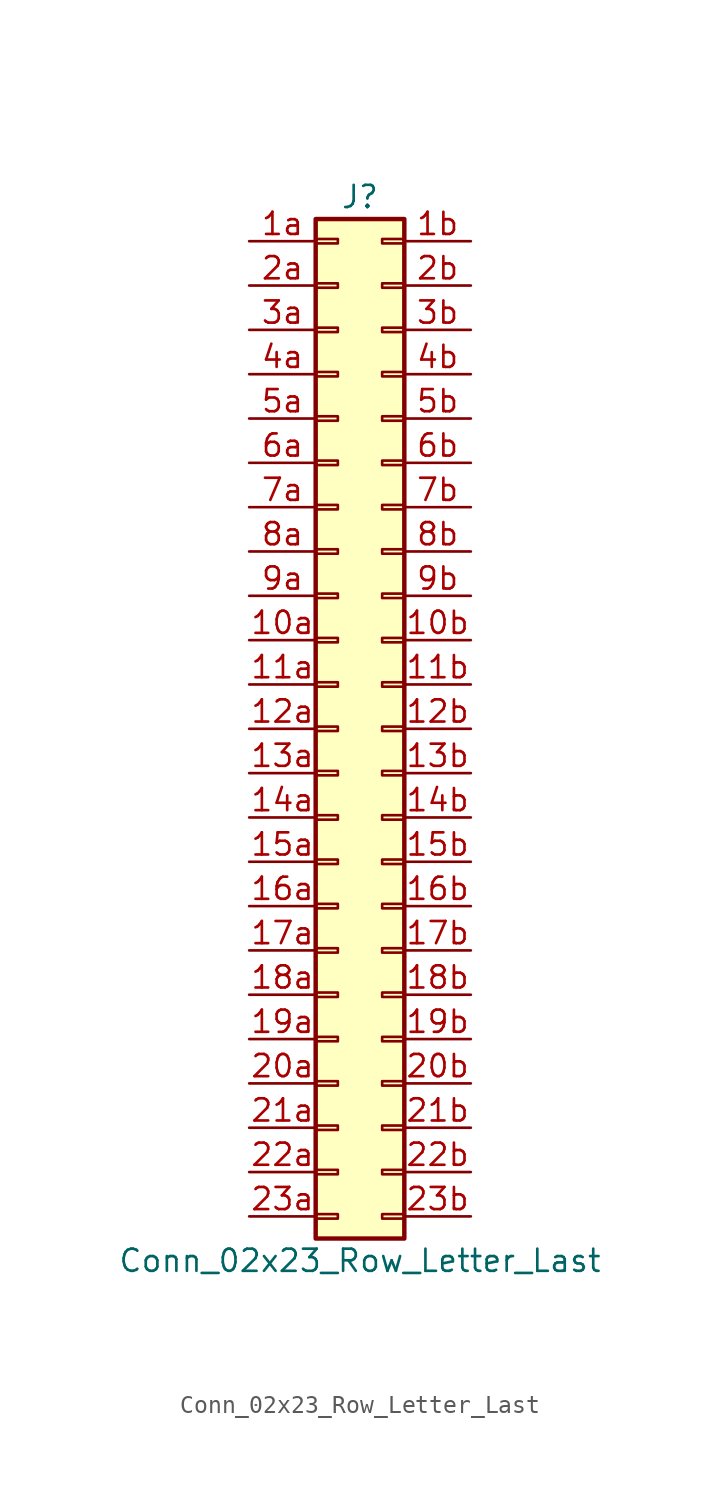
<source format=kicad_sym>
(kicad_symbol_lib
  (version 20220914)
  (generator kicad_symbol_editor)
  (symbol "Conn_02x23_Row_Letter_Last"
    (pin_names
      (offset 1.016) hide)
    (property "Reference" "J"
      (at 1.27 30.48 0)
      (effects (font (size 1.27 1.27))))
    (property "Value" "Conn_02x23_Row_Letter_Last"
      (at 1.27 -30.48 0)
      (effects (font (size 1.27 1.27))))
    (symbol "Conn_02x23_Row_Letter_Last_1_1"
      (rectangle (start -1.27 -27.813) (end 0 -28.067) (stroke (width 0.152) (type solid)) (fill (type none)))
      (rectangle (start -1.27 -25.273) (end 0 -25.527) (stroke (width 0.152) (type solid)) (fill (type none)))
      (rectangle (start -1.27 -22.733) (end 0 -22.987) (stroke (width 0.152) (type solid)) (fill (type none)))
      (rectangle (start -1.27 -20.193) (end 0 -20.447) (stroke (width 0.152) (type solid)) (fill (type none)))
      (rectangle (start -1.27 -17.653) (end 0 -17.907) (stroke (width 0.152) (type solid)) (fill (type none)))
      (rectangle (start -1.27 -15.113) (end 0 -15.367) (stroke (width 0.152) (type solid)) (fill (type none)))
      (rectangle (start -1.27 -12.573) (end 0 -12.827) (stroke (width 0.152) (type solid)) (fill (type none)))
      (rectangle (start -1.27 -10.033) (end 0 -10.287) (stroke (width 0.152) (type solid)) (fill (type none)))
      (rectangle (start -1.27 -7.493) (end 0 -7.747) (stroke (width 0.152) (type solid)) (fill (type none)))
      (rectangle (start -1.27 -4.953) (end 0 -5.207) (stroke (width 0.152) (type solid)) (fill (type none)))
      (rectangle (start -1.27 -2.413) (end 0 -2.667) (stroke (width 0.152) (type solid)) (fill (type none)))
      (rectangle (start -1.27 0.127) (end 0 -0.127) (stroke (width 0.152) (type solid)) (fill (type none)))
      (rectangle (start -1.27 2.667) (end 0 2.413) (stroke (width 0.152) (type solid)) (fill (type none)))
      (rectangle (start -1.27 5.207) (end 0 4.953) (stroke (width 0.152) (type solid)) (fill (type none)))
      (rectangle (start -1.27 7.747) (end 0 7.493) (stroke (width 0.152) (type solid)) (fill (type none)))
      (rectangle (start -1.27 10.287) (end 0 10.033) (stroke (width 0.152) (type solid)) (fill (type none)))
      (rectangle (start -1.27 12.827) (end 0 12.573) (stroke (width 0.152) (type solid)) (fill (type none)))
      (rectangle (start -1.27 15.367) (end 0 15.113) (stroke (width 0.152) (type solid)) (fill (type none)))
      (rectangle (start -1.27 17.907) (end 0 17.653) (stroke (width 0.152) (type solid)) (fill (type none)))
      (rectangle (start -1.27 20.447) (end 0 20.193) (stroke (width 0.152) (type solid)) (fill (type none)))
      (rectangle (start -1.27 22.987) (end 0 22.733) (stroke (width 0.152) (type solid)) (fill (type none)))
      (rectangle (start -1.27 25.527) (end 0 25.273) (stroke (width 0.152) (type solid)) (fill (type none)))
      (rectangle (start -1.27 28.067) (end 0 27.813) (stroke (width 0.152) (type solid)) (fill (type none)))
      (rectangle (start -1.27 29.21) (end 3.81 -29.21) (stroke (width 0.254) (type solid)) (fill (type background)))
      (rectangle (start 3.81 -27.813) (end 2.54 -28.067) (stroke (width 0.152) (type solid)) (fill (type none)))
      (rectangle (start 3.81 -25.273) (end 2.54 -25.527) (stroke (width 0.152) (type solid)) (fill (type none)))
      (rectangle (start 3.81 -22.733) (end 2.54 -22.987) (stroke (width 0.152) (type solid)) (fill (type none)))
      (rectangle (start 3.81 -20.193) (end 2.54 -20.447) (stroke (width 0.152) (type solid)) (fill (type none)))
      (rectangle (start 3.81 -17.653) (end 2.54 -17.907) (stroke (width 0.152) (type solid)) (fill (type none)))
      (rectangle (start 3.81 -15.113) (end 2.54 -15.367) (stroke (width 0.152) (type solid)) (fill (type none)))
      (rectangle (start 3.81 -12.573) (end 2.54 -12.827) (stroke (width 0.152) (type solid)) (fill (type none)))
      (rectangle (start 3.81 -10.033) (end 2.54 -10.287) (stroke (width 0.152) (type solid)) (fill (type none)))
      (rectangle (start 3.81 -7.493) (end 2.54 -7.747) (stroke (width 0.152) (type solid)) (fill (type none)))
      (rectangle (start 3.81 -4.953) (end 2.54 -5.207) (stroke (width 0.152) (type solid)) (fill (type none)))
      (rectangle (start 3.81 -2.413) (end 2.54 -2.667) (stroke (width 0.152) (type solid)) (fill (type none)))
      (rectangle (start 3.81 0.127) (end 2.54 -0.127) (stroke (width 0.152) (type solid)) (fill (type none)))
      (rectangle (start 3.81 2.667) (end 2.54 2.413) (stroke (width 0.152) (type solid)) (fill (type none)))
      (rectangle (start 3.81 5.207) (end 2.54 4.953) (stroke (width 0.152) (type solid)) (fill (type none)))
      (rectangle (start 3.81 7.747) (end 2.54 7.493) (stroke (width 0.152) (type solid)) (fill (type none)))
      (rectangle (start 3.81 10.287) (end 2.54 10.033) (stroke (width 0.152) (type solid)) (fill (type none)))
      (rectangle (start 3.81 12.827) (end 2.54 12.573) (stroke (width 0.152) (type solid)) (fill (type none)))
      (rectangle (start 3.81 15.367) (end 2.54 15.113) (stroke (width 0.152) (type solid)) (fill (type none)))
      (rectangle (start 3.81 17.907) (end 2.54 17.653) (stroke (width 0.152) (type solid)) (fill (type none)))
      (rectangle (start 3.81 20.447) (end 2.54 20.193) (stroke (width 0.152) (type solid)) (fill (type none)))
      (rectangle (start 3.81 22.987) (end 2.54 22.733) (stroke (width 0.152) (type solid)) (fill (type none)))
      (rectangle (start 3.81 25.527) (end 2.54 25.273) (stroke (width 0.152) (type solid)) (fill (type none)))
      (rectangle (start 3.81 28.067) (end 2.54 27.813) (stroke (width 0.152) (type solid)) (fill (type none)))
      (pin passive line (at -5.08 5.08 0) (length 3.81) (name "Pin_10a" (effects (font (size 1.27 1.27)))) (number "10a" (effects (font (size 1.27 1.27)))))
      (pin passive line (at 7.62 5.08 180) (length 3.81) (name "Pin_10b" (effects (font (size 1.27 1.27)))) (number "10b" (effects (font (size 1.27 1.27)))))
      (pin passive line (at -5.08 2.54 0) (length 3.81) (name "Pin_11a" (effects (font (size 1.27 1.27)))) (number "11a" (effects (font (size 1.27 1.27)))))
      (pin passive line (at 7.62 2.54 180) (length 3.81) (name "Pin_11b" (effects (font (size 1.27 1.27)))) (number "11b" (effects (font (size 1.27 1.27)))))
      (pin passive line (at -5.08 0 0) (length 3.81) (name "Pin_12a" (effects (font (size 1.27 1.27)))) (number "12a" (effects (font (size 1.27 1.27)))))
      (pin passive line (at 7.62 0 180) (length 3.81) (name "Pin_12b" (effects (font (size 1.27 1.27)))) (number "12b" (effects (font (size 1.27 1.27)))))
      (pin passive line (at -5.08 -2.54 0) (length 3.81) (name "Pin_13a" (effects (font (size 1.27 1.27)))) (number "13a" (effects (font (size 1.27 1.27)))))
      (pin passive line (at 7.62 -2.54 180) (length 3.81) (name "Pin_13b" (effects (font (size 1.27 1.27)))) (number "13b" (effects (font (size 1.27 1.27)))))
      (pin passive line (at -5.08 -5.08 0) (length 3.81) (name "Pin_14a" (effects (font (size 1.27 1.27)))) (number "14a" (effects (font (size 1.27 1.27)))))
      (pin passive line (at 7.62 -5.08 180) (length 3.81) (name "Pin_14b" (effects (font (size 1.27 1.27)))) (number "14b" (effects (font (size 1.27 1.27)))))
      (pin passive line (at -5.08 -7.62 0) (length 3.81) (name "Pin_15a" (effects (font (size 1.27 1.27)))) (number "15a" (effects (font (size 1.27 1.27)))))
      (pin passive line (at 7.62 -7.62 180) (length 3.81) (name "Pin_15b" (effects (font (size 1.27 1.27)))) (number "15b" (effects (font (size 1.27 1.27)))))
      (pin passive line (at -5.08 -10.16 0) (length 3.81) (name "Pin_16a" (effects (font (size 1.27 1.27)))) (number "16a" (effects (font (size 1.27 1.27)))))
      (pin passive line (at 7.62 -10.16 180) (length 3.81) (name "Pin_16b" (effects (font (size 1.27 1.27)))) (number "16b" (effects (font (size 1.27 1.27)))))
      (pin passive line (at -5.08 -12.7 0) (length 3.81) (name "Pin_17a" (effects (font (size 1.27 1.27)))) (number "17a" (effects (font (size 1.27 1.27)))))
      (pin passive line (at 7.62 -12.7 180) (length 3.81) (name "Pin_17b" (effects (font (size 1.27 1.27)))) (number "17b" (effects (font (size 1.27 1.27)))))
      (pin passive line (at -5.08 -15.24 0) (length 3.81) (name "Pin_18a" (effects (font (size 1.27 1.27)))) (number "18a" (effects (font (size 1.27 1.27)))))
      (pin passive line (at 7.62 -15.24 180) (length 3.81) (name "Pin_18b" (effects (font (size 1.27 1.27)))) (number "18b" (effects (font (size 1.27 1.27)))))
      (pin passive line (at -5.08 -17.78 0) (length 3.81) (name "Pin_19a" (effects (font (size 1.27 1.27)))) (number "19a" (effects (font (size 1.27 1.27)))))
      (pin passive line (at 7.62 -17.78 180) (length 3.81) (name "Pin_19b" (effects (font (size 1.27 1.27)))) (number "19b" (effects (font (size 1.27 1.27)))))
      (pin passive line (at -5.08 27.94 0) (length 3.81) (name "Pin_1a" (effects (font (size 1.27 1.27)))) (number "1a" (effects (font (size 1.27 1.27)))))
      (pin passive line (at 7.62 27.94 180) (length 3.81) (name "Pin_1b" (effects (font (size 1.27 1.27)))) (number "1b" (effects (font (size 1.27 1.27)))))
      (pin passive line (at -5.08 -20.32 0) (length 3.81) (name "Pin_20a" (effects (font (size 1.27 1.27)))) (number "20a" (effects (font (size 1.27 1.27)))))
      (pin passive line (at 7.62 -20.32 180) (length 3.81) (name "Pin_20b" (effects (font (size 1.27 1.27)))) (number "20b" (effects (font (size 1.27 1.27)))))
      (pin passive line (at -5.08 -22.86 0) (length 3.81) (name "Pin_21a" (effects (font (size 1.27 1.27)))) (number "21a" (effects (font (size 1.27 1.27)))))
      (pin passive line (at 7.62 -22.86 180) (length 3.81) (name "Pin_21b" (effects (font (size 1.27 1.27)))) (number "21b" (effects (font (size 1.27 1.27)))))
      (pin passive line (at -5.08 -25.4 0) (length 3.81) (name "Pin_22a" (effects (font (size 1.27 1.27)))) (number "22a" (effects (font (size 1.27 1.27)))))
      (pin passive line (at 7.62 -25.4 180) (length 3.81) (name "Pin_22b" (effects (font (size 1.27 1.27)))) (number "22b" (effects (font (size 1.27 1.27)))))
      (pin passive line (at -5.08 -27.94 0) (length 3.81) (name "Pin_23a" (effects (font (size 1.27 1.27)))) (number "23a" (effects (font (size 1.27 1.27)))))
      (pin passive line (at 7.62 -27.94 180) (length 3.81) (name "Pin_23b" (effects (font (size 1.27 1.27)))) (number "23b" (effects (font (size 1.27 1.27)))))
      (pin passive line (at -5.08 25.4 0) (length 3.81) (name "Pin_2a" (effects (font (size 1.27 1.27)))) (number "2a" (effects (font (size 1.27 1.27)))))
      (pin passive line (at 7.62 25.4 180) (length 3.81) (name "Pin_2b" (effects (font (size 1.27 1.27)))) (number "2b" (effects (font (size 1.27 1.27)))))
      (pin passive line (at -5.08 22.86 0) (length 3.81) (name "Pin_3a" (effects (font (size 1.27 1.27)))) (number "3a" (effects (font (size 1.27 1.27)))))
      (pin passive line (at 7.62 22.86 180) (length 3.81) (name "Pin_3b" (effects (font (size 1.27 1.27)))) (number "3b" (effects (font (size 1.27 1.27)))))
      (pin passive line (at -5.08 20.32 0) (length 3.81) (name "Pin_4a" (effects (font (size 1.27 1.27)))) (number "4a" (effects (font (size 1.27 1.27)))))
      (pin passive line (at 7.62 20.32 180) (length 3.81) (name "Pin_4b" (effects (font (size 1.27 1.27)))) (number "4b" (effects (font (size 1.27 1.27)))))
      (pin passive line (at -5.08 17.78 0) (length 3.81) (name "Pin_5a" (effects (font (size 1.27 1.27)))) (number "5a" (effects (font (size 1.27 1.27)))))
      (pin passive line (at 7.62 17.78 180) (length 3.81) (name "Pin_5b" (effects (font (size 1.27 1.27)))) (number "5b" (effects (font (size 1.27 1.27)))))
      (pin passive line (at -5.08 15.24 0) (length 3.81) (name "Pin_6a" (effects (font (size 1.27 1.27)))) (number "6a" (effects (font (size 1.27 1.27)))))
      (pin passive line (at 7.62 15.24 180) (length 3.81) (name "Pin_6b" (effects (font (size 1.27 1.27)))) (number "6b" (effects (font (size 1.27 1.27)))))
      (pin passive line (at -5.08 12.7 0) (length 3.81) (name "Pin_7a" (effects (font (size 1.27 1.27)))) (number "7a" (effects (font (size 1.27 1.27)))))
      (pin passive line (at 7.62 12.7 180) (length 3.81) (name "Pin_7b" (effects (font (size 1.27 1.27)))) (number "7b" (effects (font (size 1.27 1.27)))))
      (pin passive line (at -5.08 10.16 0) (length 3.81) (name "Pin_8a" (effects (font (size 1.27 1.27)))) (number "8a" (effects (font (size 1.27 1.27)))))
      (pin passive line (at 7.62 10.16 180) (length 3.81) (name "Pin_8b" (effects (font (size 1.27 1.27)))) (number "8b" (effects (font (size 1.27 1.27)))))
      (pin passive line (at -5.08 7.62 0) (length 3.81) (name "Pin_9a" (effects (font (size 1.27 1.27)))) (number "9a" (effects (font (size 1.27 1.27)))))
      (pin passive line (at 7.62 7.62 180) (length 3.81) (name "Pin_9b" (effects (font (size 1.27 1.27)))) (number "9b" (effects (font (size 1.27 1.27))))))))
</source>
